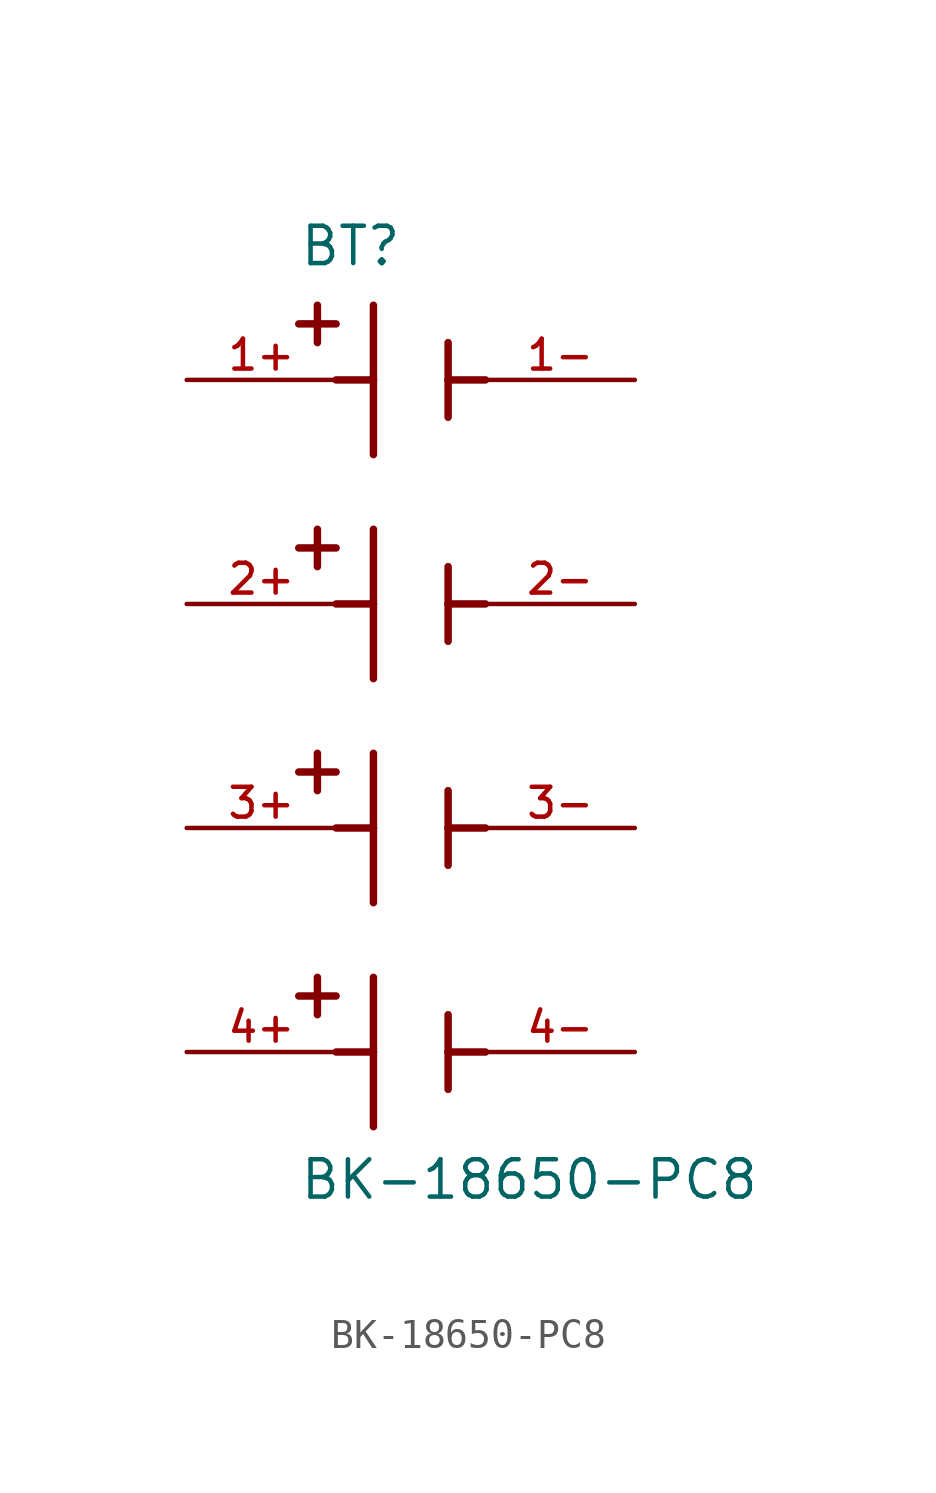
<source format=kicad_sym>
(kicad_symbol_lib
  (version 20211014)
  (generator kicad_symbol_editor)
  (symbol "BK-18650-PC8"
    (pin_names
      (offset 1.016))
    (property "Reference" "BT"
      (at -3.81 13.97 0)
      (effects (font (size 1.27 1.27)) (justify bottom left)))
    (property "Value" "BK-18650-PC8"
      (at -3.81 -17.78 0)
      (effects (font (size 1.27 1.27)) (justify bottom left)))
    (symbol "BK-18650-PC8_0_0"
      (polyline (pts (xy -1.27 12.7) (xy -1.27 10.16)) (stroke (width 0.254)))
      (polyline (pts (xy -1.27 10.16) (xy -1.27 7.62)) (stroke (width 0.254)))
      (polyline (pts (xy 1.27 11.43) (xy 1.27 10.16)) (stroke (width 0.254)))
      (polyline (pts (xy 1.27 10.16) (xy 1.27 8.89)) (stroke (width 0.254)))
      (polyline (pts (xy -1.27 10.16) (xy -2.54 10.16)) (stroke (width 0.254)))
      (polyline (pts (xy 1.27 10.16) (xy 2.54 10.16)) (stroke (width 0.254)))
      (polyline (pts (xy -3.175 12.7) (xy -3.175 11.43)) (stroke (width 0.254)))
      (polyline (pts (xy -3.81 12.065) (xy -2.54 12.065)) (stroke (width 0.254)))
      (polyline (pts (xy -1.27 5.08) (xy -1.27 2.54)) (stroke (width 0.254)))
      (polyline (pts (xy -1.27 2.54) (xy -1.27 0.0)) (stroke (width 0.254)))
      (polyline (pts (xy 1.27 3.81) (xy 1.27 2.54)) (stroke (width 0.254)))
      (polyline (pts (xy 1.27 2.54) (xy 1.27 1.27)) (stroke (width 0.254)))
      (polyline (pts (xy -1.27 2.54) (xy -2.54 2.54)) (stroke (width 0.254)))
      (polyline (pts (xy 1.27 2.54) (xy 2.54 2.54)) (stroke (width 0.254)))
      (polyline (pts (xy -3.175 5.08) (xy -3.175 3.81)) (stroke (width 0.254)))
      (polyline (pts (xy -3.81 4.445) (xy -2.54 4.445)) (stroke (width 0.254)))
      (polyline (pts (xy -1.27 -2.54) (xy -1.27 -5.08)) (stroke (width 0.254)))
      (polyline (pts (xy -1.27 -5.08) (xy -1.27 -7.62)) (stroke (width 0.254)))
      (polyline (pts (xy 1.27 -3.81) (xy 1.27 -5.08)) (stroke (width 0.254)))
      (polyline (pts (xy 1.27 -5.08) (xy 1.27 -6.35)) (stroke (width 0.254)))
      (polyline (pts (xy -1.27 -5.08) (xy -2.54 -5.08)) (stroke (width 0.254)))
      (polyline (pts (xy 1.27 -5.08) (xy 2.54 -5.08)) (stroke (width 0.254)))
      (polyline (pts (xy -3.175 -2.54) (xy -3.175 -3.81)) (stroke (width 0.254)))
      (polyline (pts (xy -3.81 -3.175) (xy -2.54 -3.175)) (stroke (width 0.254)))
      (polyline (pts (xy -1.27 -10.16) (xy -1.27 -12.7)) (stroke (width 0.254)))
      (polyline (pts (xy -1.27 -12.7) (xy -1.27 -15.24)) (stroke (width 0.254)))
      (polyline (pts (xy 1.27 -11.43) (xy 1.27 -12.7)) (stroke (width 0.254)))
      (polyline (pts (xy 1.27 -12.7) (xy 1.27 -13.97)) (stroke (width 0.254)))
      (polyline (pts (xy -1.27 -12.7) (xy -2.54 -12.7)) (stroke (width 0.254)))
      (polyline (pts (xy 1.27 -12.7) (xy 2.54 -12.7)) (stroke (width 0.254)))
      (polyline (pts (xy -3.175 -10.16) (xy -3.175 -11.43)) (stroke (width 0.254)))
      (polyline (pts (xy -3.81 -10.795) (xy -2.54 -10.795)) (stroke (width 0.254)))
      (pin passive line (at -7.62 10.16 0) (length 5.08) (name "~" (effects (font (size 1.016 1.016)))) (number "1+" (effects (font (size 1.016 1.016)))))
      (pin passive line (at 7.62 10.16 180.0) (length 5.08) (name "~" (effects (font (size 1.016 1.016)))) (number "1-" (effects (font (size 1.016 1.016)))))
      (pin passive line (at -7.62 2.54 0) (length 5.08) (name "~" (effects (font (size 1.016 1.016)))) (number "2+" (effects (font (size 1.016 1.016)))))
      (pin passive line (at 7.62 2.54 180.0) (length 5.08) (name "~" (effects (font (size 1.016 1.016)))) (number "2-" (effects (font (size 1.016 1.016)))))
      (pin passive line (at -7.62 -5.08 0) (length 5.08) (name "~" (effects (font (size 1.016 1.016)))) (number "3+" (effects (font (size 1.016 1.016)))))
      (pin passive line (at 7.62 -5.08 180.0) (length 5.08) (name "~" (effects (font (size 1.016 1.016)))) (number "3-" (effects (font (size 1.016 1.016)))))
      (pin passive line (at -7.62 -12.7 0) (length 5.08) (name "~" (effects (font (size 1.016 1.016)))) (number "4+" (effects (font (size 1.016 1.016)))))
      (pin passive line (at 7.62 -12.7 180.0) (length 5.08) (name "~" (effects (font (size 1.016 1.016)))) (number "4-" (effects (font (size 1.016 1.016))))))))
</source>
